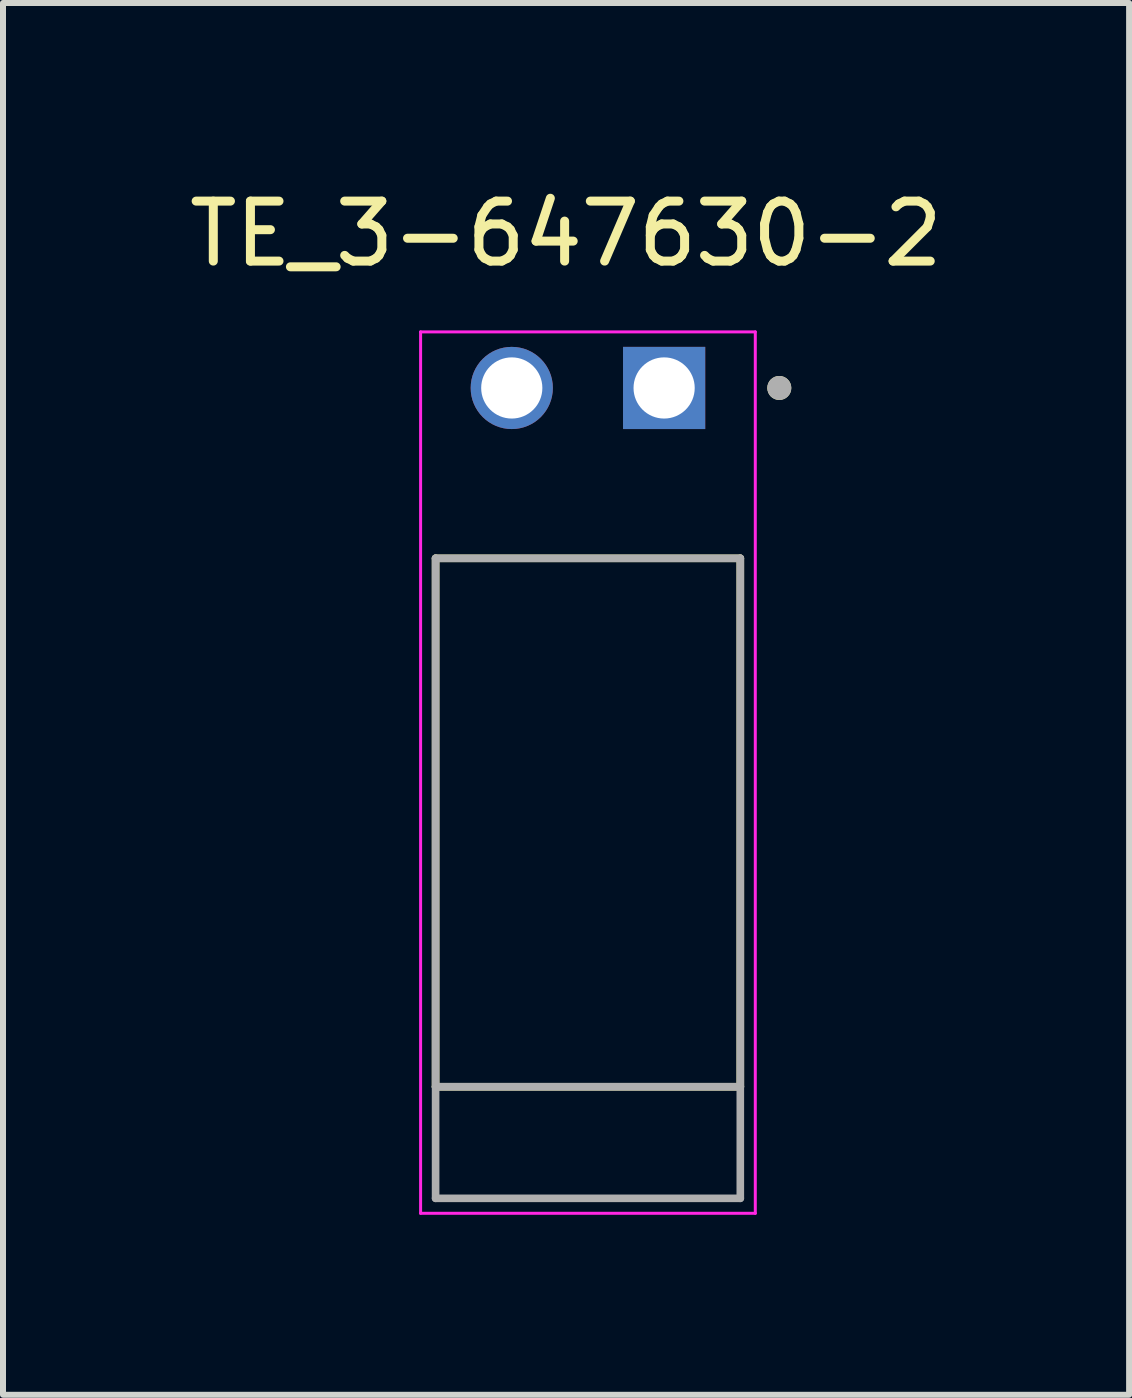
<source format=kicad_pcb>
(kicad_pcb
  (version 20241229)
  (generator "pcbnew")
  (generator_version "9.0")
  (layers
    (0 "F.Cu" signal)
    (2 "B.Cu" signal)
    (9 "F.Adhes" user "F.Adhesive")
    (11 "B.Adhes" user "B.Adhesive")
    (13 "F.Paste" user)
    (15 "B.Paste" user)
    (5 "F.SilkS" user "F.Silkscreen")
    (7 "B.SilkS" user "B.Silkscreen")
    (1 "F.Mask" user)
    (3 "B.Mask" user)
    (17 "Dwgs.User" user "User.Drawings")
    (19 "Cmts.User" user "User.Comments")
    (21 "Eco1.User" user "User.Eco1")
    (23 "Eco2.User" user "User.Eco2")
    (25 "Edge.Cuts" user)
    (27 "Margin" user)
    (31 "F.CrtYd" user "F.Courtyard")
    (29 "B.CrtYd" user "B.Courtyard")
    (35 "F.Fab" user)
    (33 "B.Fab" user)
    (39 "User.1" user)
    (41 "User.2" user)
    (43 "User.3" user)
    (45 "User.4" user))
  (footprint "TE_3-647630-2"
    (layer "F.Cu")
    (at 8.022 3.418)
    (property "Reference" "TE_3-647630-2" (at -1.635 -2.57 0) (layer "F.SilkS") (effects (font (size 1 1) (thickness 0.15))))
    (attr through_hole)
    (fp_line (start -3.81 11.65) (end -3.81 2.84) (stroke (width 0.127) (type solid)) (layer "F.SilkS"))
    (fp_line (start 1.27 2.84) (end -3.81 2.84) (stroke (width 0.127) (type solid)) (layer "F.SilkS"))
    (fp_line (start 1.27 2.84) (end 1.27 11.65) (stroke (width 0.127) (type solid)) (layer "F.SilkS"))
    (fp_line (start 1.27 11.65) (end -3.81 11.65) (stroke (width 0.127) (type solid)) (layer "F.SilkS"))
    (fp_circle (center 1.92 0) (end 2.02 0) (stroke (width 0.2) (type solid)) (fill no) (layer "F.SilkS"))
    (fp_line (start -4.06 -0.935) (end 1.52 -0.935) (stroke (width 0.05) (type solid)) (layer "F.CrtYd"))
    (fp_line (start -4.06 13.76) (end -4.06 -0.935) (stroke (width 0.05) (type solid)) (layer "F.CrtYd"))
    (fp_line (start 1.52 -0.935) (end 1.52 13.76) (stroke (width 0.05) (type solid)) (layer "F.CrtYd"))
    (fp_line (start 1.52 13.76) (end -4.06 13.76) (stroke (width 0.05) (type solid)) (layer "F.CrtYd"))
    (fp_line (start -3.81 2.84) (end 1.27 2.84) (stroke (width 0.127) (type solid)) (layer "F.Fab"))
    (fp_line (start -3.81 11.65) (end -3.81 2.84) (stroke (width 0.127) (type solid)) (layer "F.Fab"))
    (fp_line (start -3.81 11.65) (end -3.81 13.51) (stroke (width 0.127) (type solid)) (layer "F.Fab"))
    (fp_line (start -3.81 13.51) (end 1.27 13.51) (stroke (width 0.127) (type solid)) (layer "F.Fab"))
    (fp_line (start 1.27 2.84) (end 1.27 11.65) (stroke (width 0.127) (type solid)) (layer "F.Fab"))
    (fp_line (start 1.27 11.65) (end -3.81 11.65) (stroke (width 0.127) (type solid)) (layer "F.Fab"))
    (fp_line (start 1.27 13.51) (end 1.27 11.65) (stroke (width 0.127) (type solid)) (layer "F.Fab"))
    (fp_circle (center 1.92 0) (end 2.02 0) (stroke (width 0.2) (type solid)) (fill no) (layer "F.Fab"))
    (pad "1" thru_hole rect (at 0 0) (size 1.37 1.37) (drill 1.02) (layers "*.Cu" "*.Mask"))
    (pad "2" thru_hole circle (at -2.54 0) (size 1.37 1.37) (drill 1.02) (layers "*.Cu" "*.Mask")))
  (gr_rect
    (start -3 -3)
    (end 15.774 20.203)
    (stroke (width 0.1) (type default))
    (fill no)
    (layer "Edge.Cuts")))
</source>
